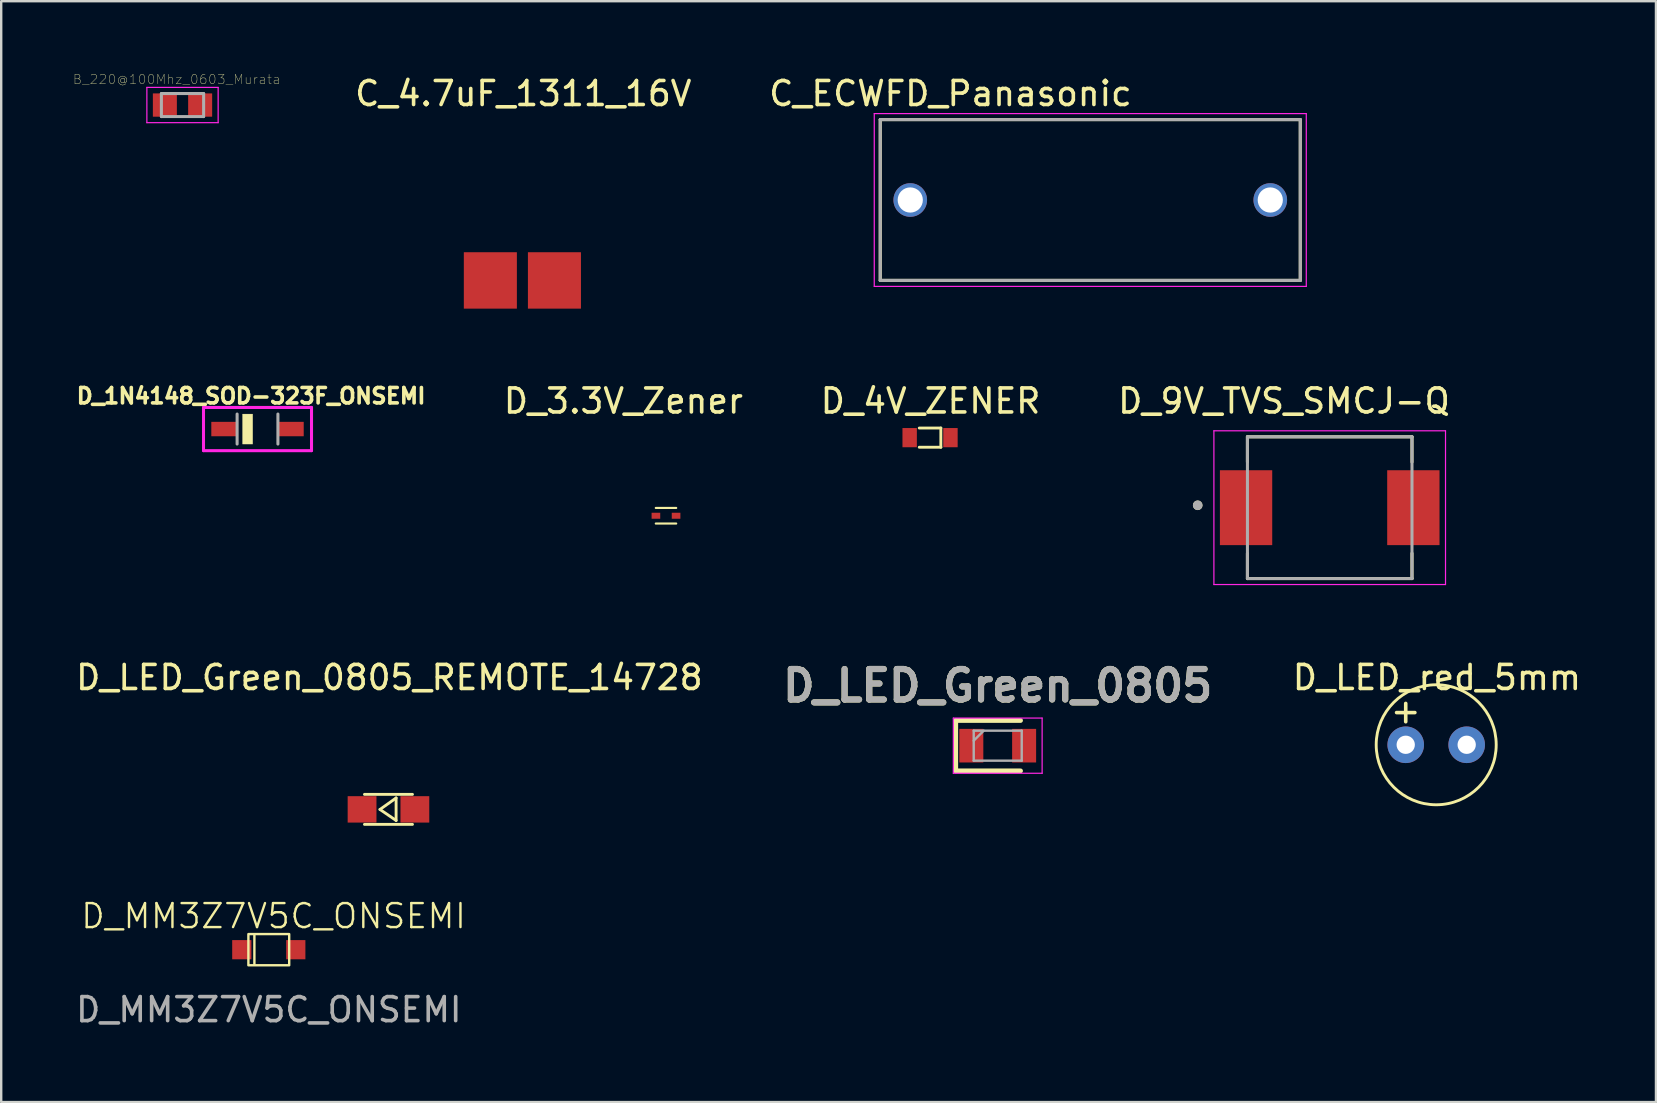
<source format=kicad_pcb>
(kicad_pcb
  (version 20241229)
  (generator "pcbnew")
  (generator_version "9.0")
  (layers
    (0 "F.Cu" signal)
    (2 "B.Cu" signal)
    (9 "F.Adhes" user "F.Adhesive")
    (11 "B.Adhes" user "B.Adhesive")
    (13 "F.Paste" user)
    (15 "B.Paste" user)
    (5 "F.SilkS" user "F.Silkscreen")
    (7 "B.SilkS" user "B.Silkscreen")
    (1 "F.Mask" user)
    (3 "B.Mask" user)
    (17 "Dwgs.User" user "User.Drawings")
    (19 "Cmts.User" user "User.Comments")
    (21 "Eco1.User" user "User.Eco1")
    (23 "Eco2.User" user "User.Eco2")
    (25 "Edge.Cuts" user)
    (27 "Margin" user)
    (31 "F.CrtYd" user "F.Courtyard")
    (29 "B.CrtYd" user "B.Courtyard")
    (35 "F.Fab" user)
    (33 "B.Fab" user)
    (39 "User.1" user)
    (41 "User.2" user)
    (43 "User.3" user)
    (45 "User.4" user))
  (footprint "D_LED_red_5mm"
    (layer "F.Cu")
    (at 56.788 27.98)
    (property "Reference" "D_LED_red_5mm" (at 0.03 -2.802 0) (layer "F.SilkS") (effects (font (size 1 1) (thickness 0.15))))
    (attr through_hole)
    (fp_circle (center 0 0) (end 2.5 0) (stroke (width 0.12) (type solid)) (fill no) (layer "F.SilkS"))
    (fp_text user "+" (at -1.27 -1.415 0) (layer "F.SilkS") (effects (font (size 1 1) (thickness 0.15))))
    (pad "1" thru_hole circle (at -1.27 0) (size 1.524 1.524) (drill 0.762) (layers "*.Cu" "*.Mask"))
    (pad "2" thru_hole circle (at 1.27 0) (size 1.524 1.524) (drill 0.762) (layers "*.Cu" "*.Mask")))
  (footprint "C_ECWFD_Panasonic"
    (layer "F.Cu")
    (at 42.375 5.283)
    (property "Reference" "C_ECWFD_Panasonic" (at -5.825 -4.435 0) (layer "F.SilkS") (effects (font (size 1 1) (thickness 0.15))))
    (attr through_hole)
    (fp_line (start -8.75 -3.35) (end -8.75 3.35) (stroke (width 0.127) (type solid)) (layer "F.SilkS"))
    (fp_line (start -8.75 -3.35) (end 8.75 -3.35) (stroke (width 0.127) (type solid)) (layer "F.SilkS"))
    (fp_line (start -8.75 3.35) (end 8.75 3.35) (stroke (width 0.127) (type solid)) (layer "F.SilkS"))
    (fp_line (start 8.75 -3.35) (end 8.75 3.35) (stroke (width 0.127) (type solid)) (layer "F.SilkS"))
    (fp_line (start -9 -3.6) (end -9 3.6) (stroke (width 0.05) (type solid)) (layer "F.CrtYd"))
    (fp_line (start -9 -3.6) (end 9 -3.6) (stroke (width 0.05) (type solid)) (layer "F.CrtYd"))
    (fp_line (start 9 -3.6) (end 9 3.6) (stroke (width 0.05) (type solid)) (layer "F.CrtYd"))
    (fp_line (start 9 3.6) (end -9 3.6) (stroke (width 0.05) (type solid)) (layer "F.CrtYd"))
    (fp_line (start -8.75 -3.35) (end -8.75 3.35) (stroke (width 0.127) (type solid)) (layer "F.Fab"))
    (fp_line (start -8.75 -3.35) (end 8.75 -3.35) (stroke (width 0.127) (type solid)) (layer "F.Fab"))
    (fp_line (start 8.75 -3.35) (end 8.75 3.35) (stroke (width 0.127) (type solid)) (layer "F.Fab"))
    (fp_line (start 8.75 3.35) (end -8.75 3.35) (stroke (width 0.127) (type solid)) (layer "F.Fab"))
    (pad "1" thru_hole circle (at -7.5 0) (size 1.4 1.4) (drill 1.05) (layers "*.Cu" "*.Mask"))
    (pad "2" thru_hole circle (at 7.5 0) (size 1.4 1.4) (drill 1.05) (layers "*.Cu" "*.Mask")))
  (footprint "C_4.7uF_1311_16V"
    (layer "F.Cu")
    (at 18.715 8.634)
    (property "Reference" "C_4.7uF_1311_16V" (at 0.038 -7.785 0) (layer "F.SilkS") (effects (font (size 1 1) (thickness 0.15))))
    (attr through_hole)
    (pad "1" smd rect (at 1.335 0) (size 2.21 2.35) (layers "F.Cu" "F.Mask" "F.Paste"))
    (pad "2" smd rect (at -1.335 0 180) (size 2.21 2.35) (layers "F.Cu" "F.Mask" "F.Paste")))
  (footprint "D_LED_Green_0805"
    (layer "F.Cu")
    (at 38.519 28.018)
    (property "Reference" "D_LED_Green_0805" (at 0 -2.499 0) (layer "F.SilkS") (effects (font (size 1.27 1.27) (thickness 0.254))))
    (attr smd)
    (fp_line (start -1.75 -1.05) (end -1.75 1.05) (stroke (width 0.2) (type solid)) (layer "F.SilkS"))
    (fp_line (start -1.75 1.05) (end 0.95 1.05) (stroke (width 0.2) (type solid)) (layer "F.SilkS"))
    (fp_line (start 0.95 -1.05) (end -1.75 -1.05) (stroke (width 0.2) (type solid)) (layer "F.SilkS"))
    (fp_line (start -1.85 -1.15) (end 1.85 -1.15) (stroke (width 0.05) (type solid)) (layer "F.CrtYd"))
    (fp_line (start -1.85 1.15) (end -1.85 -1.15) (stroke (width 0.05) (type solid)) (layer "F.CrtYd"))
    (fp_line (start 1.85 -1.15) (end 1.85 1.15) (stroke (width 0.05) (type solid)) (layer "F.CrtYd"))
    (fp_line (start 1.85 1.15) (end -1.85 1.15) (stroke (width 0.05) (type solid)) (layer "F.CrtYd"))
    (fp_line (start -1 -0.625) (end 1 -0.625) (stroke (width 0.1) (type solid)) (layer "F.Fab"))
    (fp_line (start -1 -0.208) (end -0.583 -0.625) (stroke (width 0.1) (type solid)) (layer "F.Fab"))
    (fp_line (start -1 0.625) (end -1 -0.625) (stroke (width 0.1) (type solid)) (layer "F.Fab"))
    (fp_line (start 1 -0.625) (end 1 0.625) (stroke (width 0.1) (type solid)) (layer "F.Fab"))
    (fp_line (start 1 0.625) (end -1 0.625) (stroke (width 0.1) (type solid)) (layer "F.Fab"))
    (fp_text user "${REFERENCE}" (at 0 -2.499 0) (layer "F.Fab") (effects (font (size 1.27 1.27) (thickness 0.254))))
    (pad "1" smd rect (at -1.1 0) (size 1 1.4) (layers "F.Cu" "F.Mask" "F.Paste"))
    (pad "2" smd rect (at 1.1 0) (size 1 1.4) (layers "F.Cu" "F.Mask" "F.Paste")))
  (footprint "D_3.3V_Zener"
    (layer "F.Cu")
    (at 24.698 18.438)
    (property "Reference" "D_3.3V_Zener" (at -1.775 -4.781 0) (layer "F.SilkS") (effects (font (size 1 1) (thickness 0.15))))
    (attr through_hole)
    (fp_line (start -0.425 0.325) (end 0.425 0.325) (stroke (width 0.09) (type solid)) (layer "F.SilkS"))
    (fp_line (start 0.425 -0.325) (end -0.425 -0.325) (stroke (width 0.09) (type solid)) (layer "F.SilkS"))
    (pad "1" smd rect (at 0.42 0) (size 0.36 0.25) (layers "F.Cu" "F.Mask" "F.Paste"))
    (pad "2" smd rect (at -0.42 0 180) (size 0.36 0.25) (layers "F.Cu" "F.Mask" "F.Paste")))
  (footprint "D_LED_Green_0805_REMOTE_14728"
    (layer "F.Cu")
    (at 13.135 30.672)
    (property "Reference" "D_LED_Green_0805_REMOTE_14728" (at 0.038 -5.494 0) (layer "F.SilkS") (effects (font (size 1 1) (thickness 0.15))))
    (attr through_hole)
    (fp_line (start -1 -0.625) (end 1 -0.625) (stroke (width 0.12) (type solid)) (layer "F.SilkS"))
    (fp_line (start -0.353 0.003) (end 0.318 -0.475) (stroke (width 0.12) (type solid)) (layer "F.SilkS"))
    (fp_line (start 0.318 -0.475) (end 0.318 0.462) (stroke (width 0.12) (type solid)) (layer "F.SilkS"))
    (fp_line (start 0.318 0.462) (end -0.353 0.003) (stroke (width 0.12) (type solid)) (layer "F.SilkS"))
    (fp_line (start 1 0.625) (end -1 0.625) (stroke (width 0.12) (type solid)) (layer "F.SilkS"))
    (pad "1" smd rect (at -1.1 0 180) (size 1.2 1.1) (layers "F.Cu" "F.Mask" "F.Paste"))
    (pad "2" smd rect (at 1.1 0) (size 1.2 1.1) (layers "F.Cu" "F.Mask" "F.Paste")))
  (footprint "D_MM3Z7V5C_ONSEMI"
    (layer "F.Cu")
    (at 8.149 36.518)
    (property "Reference" "D_MM3Z7V5C_ONSEMI" (at 0.2 -1.4 0) (unlocked yes) (layer "F.SilkS") (effects (font (size 1 1) (thickness 0.1))))
    (attr smd)
    (fp_line (start -0.6 -0.6) (end -0.6 0.6) (stroke (width 0.1) (type default)) (layer "F.SilkS"))
    (fp_rect (start -0.85 -0.65) (end 0.85 0.65) (stroke (width 0.1) (type default)) (fill no) (layer "F.SilkS"))
    (fp_text user "${REFERENCE}" (at 0 2.5 0) (unlocked yes) (layer "F.Fab") (effects (font (size 1 1) (thickness 0.15))))
    (pad "1" smd rect (at -1.125 0) (size 0.8 0.8) (layers "F.Cu" "F.Mask" "F.Paste"))
    (pad "2" smd rect (at 1.125 0) (size 0.8 0.8) (layers "F.Cu" "F.Mask" "F.Paste")))
  (footprint "D_4V_ZENER"
    (layer "F.Cu")
    (at 35.7 15.184)
    (property "Reference" "D_4V_ZENER" (at 0.02 -1.527 0) (layer "F.SilkS") (effects (font (size 1 1) (thickness 0.15))))
    (attr through_hole)
    (fp_line (start -0.45 0.4) (end 0.45 0.4) (stroke (width 0.12) (type solid)) (layer "F.SilkS"))
    (fp_line (start 0.45 -0.4) (end -0.45 -0.4) (stroke (width 0.12) (type solid)) (layer "F.SilkS"))
    (fp_line (start 0.45 -0.4) (end 0.45 0.4) (stroke (width 0.12) (type solid)) (layer "F.SilkS"))
    (pad "1" smd rect (at 0.85 0) (size 0.6 0.8) (layers "F.Cu" "F.Mask" "F.Paste"))
    (pad "2" smd rect (at -0.85 0 180) (size 0.6 0.8) (layers "F.Cu" "F.Mask" "F.Paste")))
  (footprint "D_1N4148_SOD-323F_ONSEMI"
    (layer "F.Cu")
    (at 7.679 14.826)
    (property "Reference" "D_1N4148_SOD-323F_ONSEMI" (at -0.268 -1.379 0) (layer "F.SilkS") (effects (font (size 0.641 0.641) (thickness 0.15))))
    (attr through_hole)
    (fp_poly (pts (xy -0.625 -0.625) (xy -0.2 -0.625) (xy -0.2 0.625) (xy -0.625 0.625)) (stroke (width 0.01) (type solid)) (fill yes) (layer "F.SilkS"))
    (fp_line (start -2.25 -0.9) (end -2.25 0.9) (stroke (width 0.127) (type solid)) (layer "F.CrtYd"))
    (fp_line (start -2.25 0.9) (end 2.25 0.9) (stroke (width 0.127) (type solid)) (layer "F.CrtYd"))
    (fp_line (start 2.25 -0.9) (end -2.25 -0.9) (stroke (width 0.127) (type solid)) (layer "F.CrtYd"))
    (fp_line (start 2.25 0.9) (end 2.25 -0.9) (stroke (width 0.127) (type solid)) (layer "F.CrtYd"))
    (fp_line (start -0.85 0.625) (end -0.85 -0.625) (stroke (width 0.127) (type solid)) (layer "F.Fab"))
    (fp_line (start 0.85 -0.625) (end 0.85 0.625) (stroke (width 0.127) (type solid)) (layer "F.Fab"))
    (pad "A" smd rect (at 1.4 0) (size 1.05 0.6) (layers "F.Cu" "F.Mask" "F.Paste"))
    (pad "C" smd rect (at -1.4 0) (size 1.05 0.6) (layers "F.Cu" "F.Mask" "F.Paste")))
  (footprint "B_220@100Mhz_0603_Murata"
    (layer "F.Cu")
    (at 4.554 1.327)
    (property "Reference" "B_220@100Mhz_0603_Murata" (at -0.24 -1.07 0) (layer "F.SilkS") (effects (font (size 0.394 0.394) (thickness 0.015))))
    (attr smd)
    (fp_line (start -1.485 -0.735) (end 1.485 -0.735) (stroke (width 0.05) (type solid)) (layer "F.CrtYd"))
    (fp_line (start -1.485 0.735) (end -1.485 -0.735) (stroke (width 0.05) (type solid)) (layer "F.CrtYd"))
    (fp_line (start -1.485 0.735) (end 1.485 0.735) (stroke (width 0.05) (type solid)) (layer "F.CrtYd"))
    (fp_line (start 1.485 0.735) (end 1.485 -0.735) (stroke (width 0.05) (type solid)) (layer "F.CrtYd"))
    (fp_line (start -0.88 0.48) (end -0.88 -0.48) (stroke (width 0.127) (type solid)) (layer "F.Fab"))
    (fp_line (start 0.88 -0.48) (end -0.88 -0.48) (stroke (width 0.127) (type solid)) (layer "F.Fab"))
    (fp_line (start 0.88 0.48) (end -0.88 0.48) (stroke (width 0.127) (type solid)) (layer "F.Fab"))
    (fp_line (start 0.88 0.48) (end 0.88 -0.48) (stroke (width 0.127) (type solid)) (layer "F.Fab"))
    (pad "1" smd rect (at -0.735 0) (size 1 0.97) (layers "F.Cu" "F.Mask" "F.Paste"))
    (pad "2" smd rect (at 0.735 0) (size 1 0.97) (layers "F.Cu" "F.Mask" "F.Paste")))
  (footprint "D_9V_TVS_SMCJ-Q"
    (layer "F.Cu")
    (at 52.351 18.102)
    (property "Reference" "D_9V_TVS_SMCJ-Q" (at -1.905 -4.445 0) (layer "F.SilkS") (effects (font (size 1 1) (thickness 0.15))))
    (attr through_hole)
    (fp_line (start -3.428 -2.953) (end 3.428 -2.953) (stroke (width 0.127) (type solid)) (layer "F.SilkS"))
    (fp_line (start -3.428 -1.9) (end -3.428 -2.953) (stroke (width 0.127) (type solid)) (layer "F.SilkS"))
    (fp_line (start -3.428 1.9) (end -3.428 2.953) (stroke (width 0.127) (type solid)) (layer "F.SilkS"))
    (fp_line (start -3.428 2.953) (end 3.428 2.953) (stroke (width 0.127) (type solid)) (layer "F.SilkS"))
    (fp_line (start 3.428 -2.953) (end 3.428 -1.9) (stroke (width 0.127) (type solid)) (layer "F.SilkS"))
    (fp_line (start 3.428 2.953) (end 3.428 1.9) (stroke (width 0.127) (type solid)) (layer "F.SilkS"))
    (fp_circle (center -5.5 -0.1) (end -5.4 -0.1) (stroke (width 0.2) (type solid)) (fill no) (layer "F.SilkS"))
    (fp_line (start -4.825 -3.203) (end 4.825 -3.203) (stroke (width 0.05) (type solid)) (layer "F.CrtYd"))
    (fp_line (start -4.825 3.203) (end -4.825 -3.203) (stroke (width 0.05) (type solid)) (layer "F.CrtYd"))
    (fp_line (start 4.825 -3.203) (end 4.825 3.203) (stroke (width 0.05) (type solid)) (layer "F.CrtYd"))
    (fp_line (start 4.825 3.203) (end -4.825 3.203) (stroke (width 0.05) (type solid)) (layer "F.CrtYd"))
    (fp_line (start -3.428 -2.953) (end 3.428 -2.953) (stroke (width 0.127) (type solid)) (layer "F.Fab"))
    (fp_line (start -3.428 2.953) (end -3.428 -2.953) (stroke (width 0.127) (type solid)) (layer "F.Fab"))
    (fp_line (start 3.428 -2.953) (end 3.428 2.953) (stroke (width 0.127) (type solid)) (layer "F.Fab"))
    (fp_line (start 3.428 2.953) (end -3.428 2.953) (stroke (width 0.127) (type solid)) (layer "F.Fab"))
    (fp_circle (center -5.5 -0.1) (end -5.4 -0.1) (stroke (width 0.2) (type solid)) (fill no) (layer "F.Fab"))
    (pad "1" smd rect (at -3.485 0) (size 2.18 3.12) (layers "F.Cu" "F.Mask" "F.Paste"))
    (pad "2" smd rect (at 3.485 0) (size 2.18 3.12) (layers "F.Cu" "F.Mask" "F.Paste")))
  (gr_rect
    (start -3 -3)
    (end 65.944 42.866)
    (stroke (width 0.1) (type default))
    (fill no)
    (layer "Edge.Cuts")))
</source>
